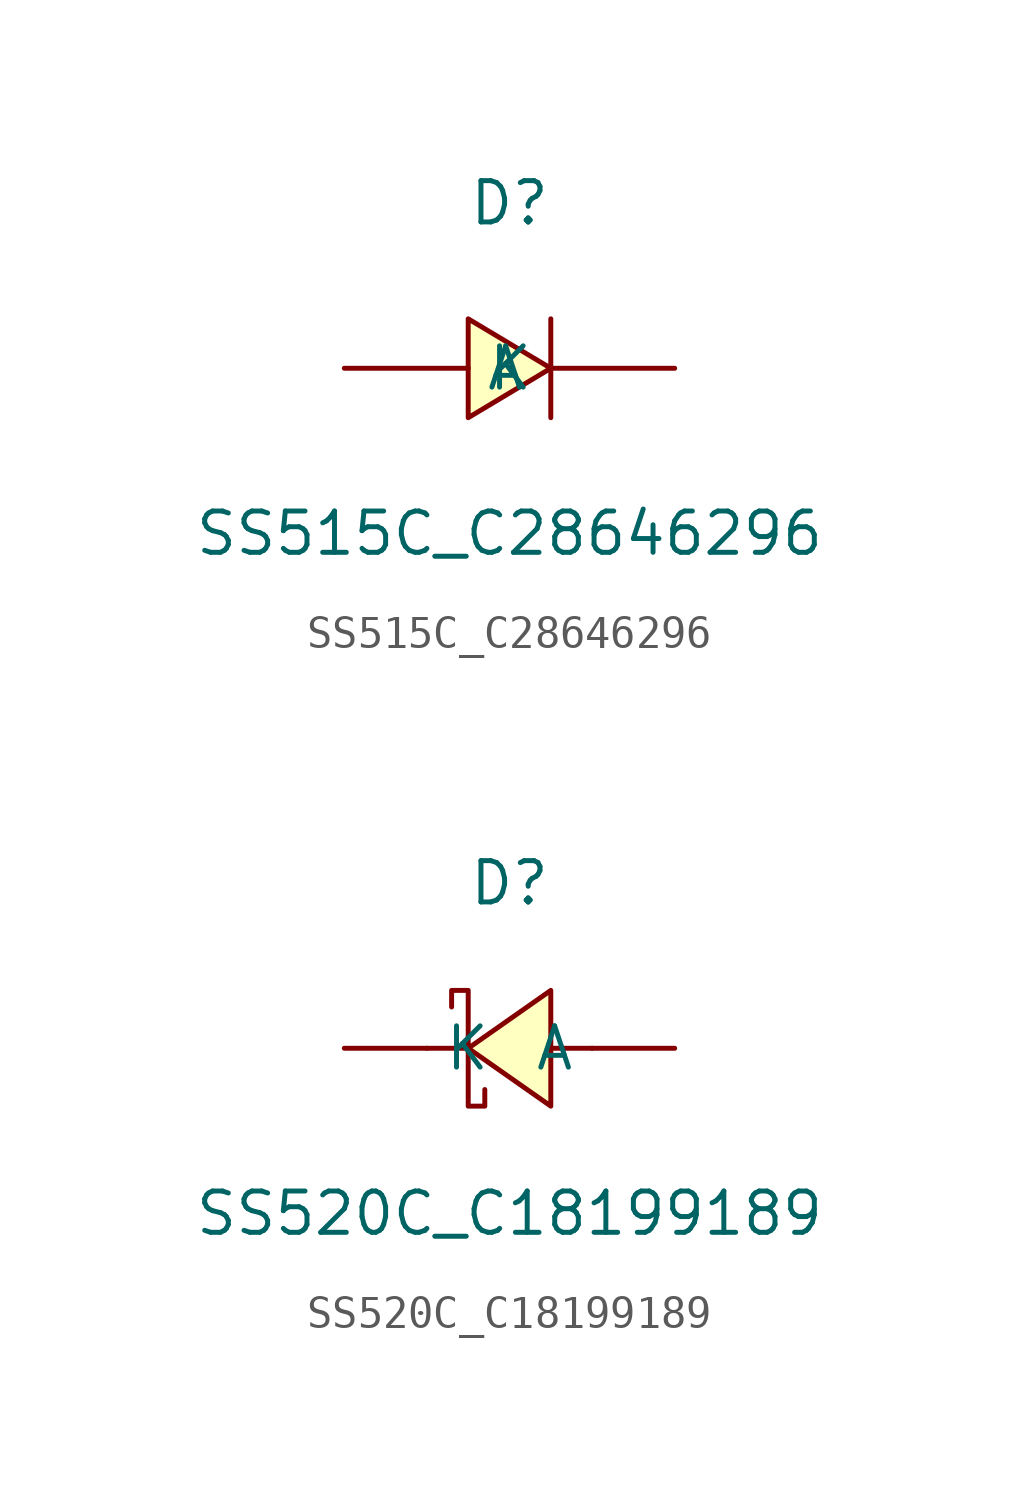
<source format=kicad_sym>
(kicad_symbol_lib
  (version 20241209)
  (generator "kicad_symbol_editor")
  (generator_version "9.0")
  (symbol "SS515C_C28646296"
    (pin_numbers
      (hide yes))
    (property "Reference" "D"
      (at 0 5.08 0)
      (effects (font (size 1.27 1.27))))
    (property "Value" "SS515C_C28646296"
      (at 0 -5.08 0)
      (effects (font (size 1.27 1.27))))
    (symbol "SS515C_C28646296_0_1"
      (polyline (pts (xy -1.27 1.52) (xy 1.27 0) (xy -1.27 -1.52) (xy -1.27 1.52)) (stroke (width 0) (type default)) (fill (type background)))
      (polyline (pts (xy 1.27 -1.52) (xy 1.27 1.52)) (stroke (width 0) (type default)) (fill (type none)))
      (pin unspecified line (at -5.08 0 0) (length 3.81) (name "A" (effects (font (size 1.27 1.27)))) (number "1" (effects (font (size 1.27 1.27)))))
      (pin unspecified line (at 5.08 0 180) (length 3.81) (name "K" (effects (font (size 1.27 1.27)))) (number "2" (effects (font (size 1.27 1.27)))))))
  (symbol "SS520C_C18199189"
    (pin_numbers
      (hide yes))
    (property "Reference" "D"
      (at 0 5.08 0)
      (effects (font (size 1.27 1.27))))
    (property "Value" "SS520C_C18199189"
      (at 0 -5.08 0)
      (effects (font (size 1.27 1.27))))
    (symbol "SS520C_C18199189_0_1"
      (polyline (pts (xy -1.78 1.27) (xy -1.78 1.78) (xy -1.27 1.78) (xy -1.27 -1.78) (xy -0.76 -1.78) (xy -0.76 -1.27)) (stroke (width 0) (type default)) (fill (type none)))
      (polyline (pts (xy -1.27 0) (xy -2.54 0)) (stroke (width 0) (type default)) (fill (type none)))
      (polyline (pts (xy 1.27 1.78) (xy -1.27 0) (xy 1.27 -1.78) (xy 1.27 1.78)) (stroke (width 0) (type default)) (fill (type background)))
      (polyline (pts (xy 2.54 0) (xy 1.27 0)) (stroke (width 0) (type default)) (fill (type none)))
      (pin unspecified line (at -5.08 0 0) (length 2.54) (name "K" (effects (font (size 1.27 1.27)))) (number "1" (effects (font (size 1.27 1.27)))))
      (pin unspecified line (at 5.08 0 180) (length 2.54) (name "A" (effects (font (size 1.27 1.27)))) (number "2" (effects (font (size 1.27 1.27))))))))
</source>
